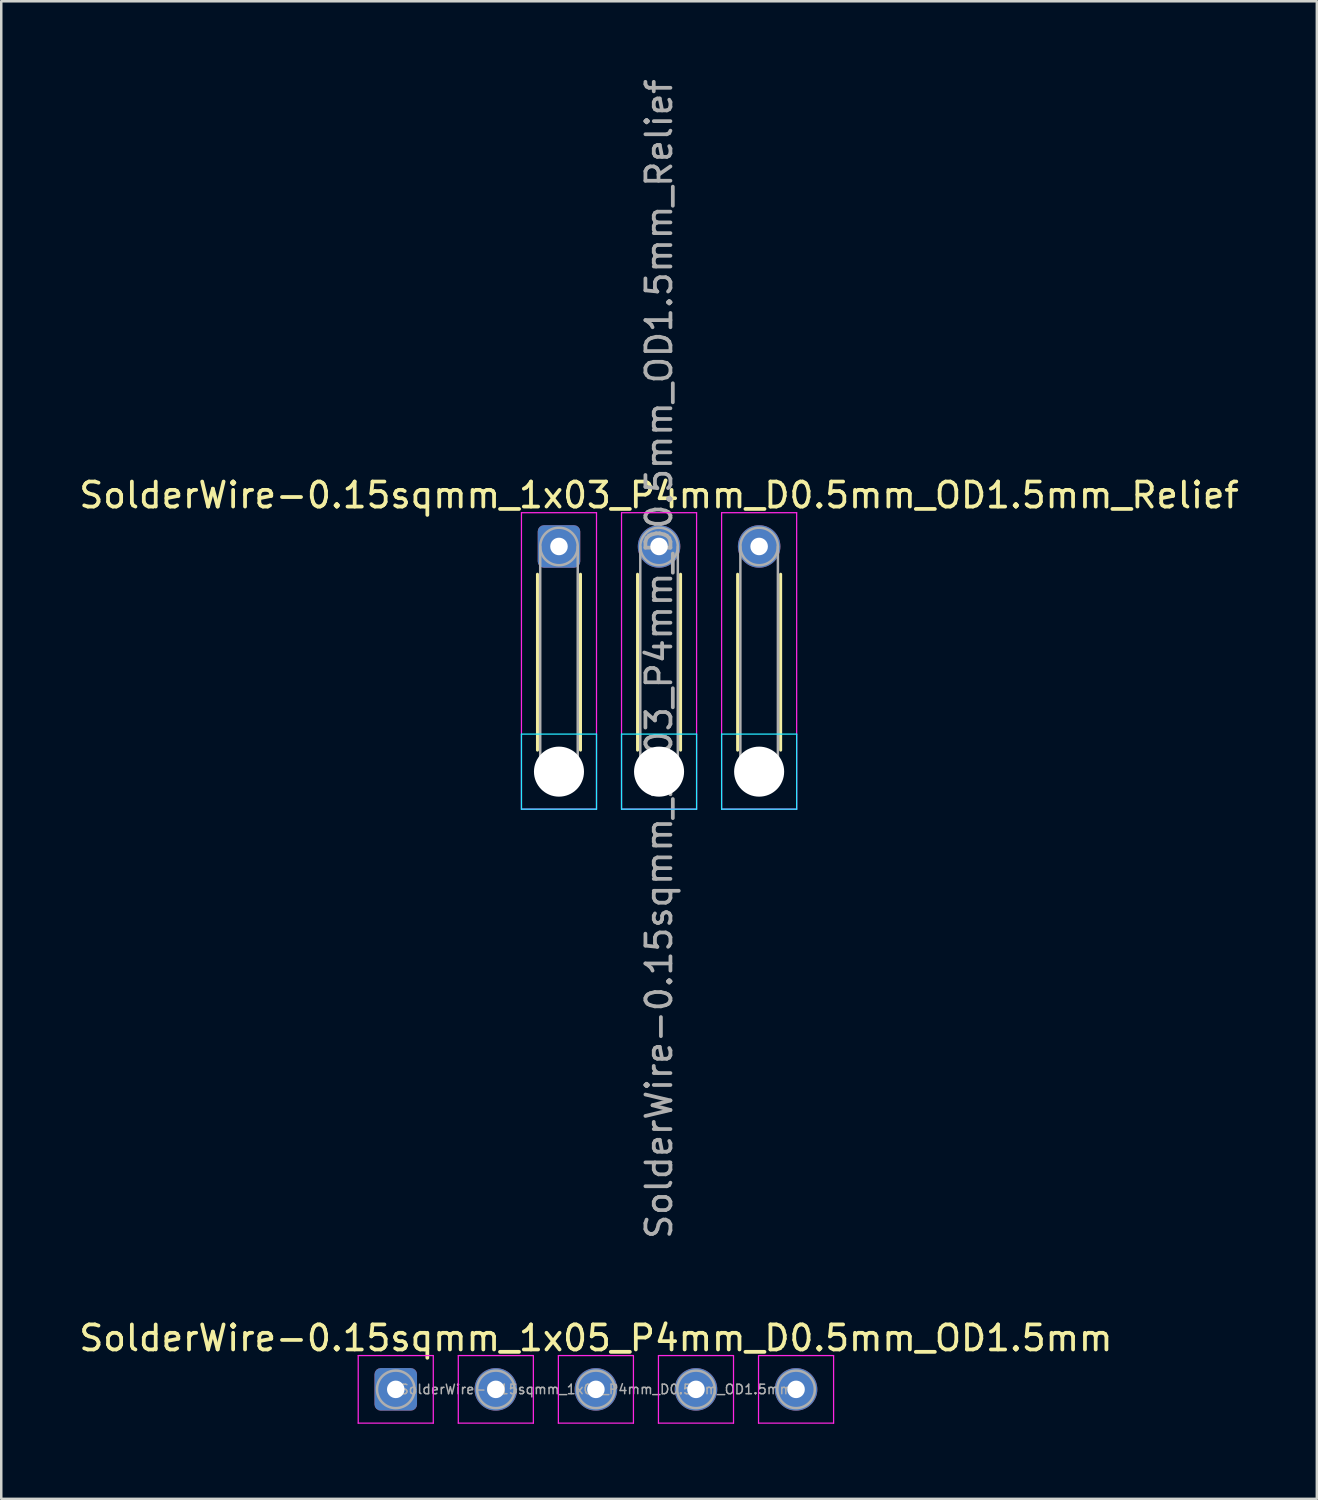
<source format=kicad_pcb>
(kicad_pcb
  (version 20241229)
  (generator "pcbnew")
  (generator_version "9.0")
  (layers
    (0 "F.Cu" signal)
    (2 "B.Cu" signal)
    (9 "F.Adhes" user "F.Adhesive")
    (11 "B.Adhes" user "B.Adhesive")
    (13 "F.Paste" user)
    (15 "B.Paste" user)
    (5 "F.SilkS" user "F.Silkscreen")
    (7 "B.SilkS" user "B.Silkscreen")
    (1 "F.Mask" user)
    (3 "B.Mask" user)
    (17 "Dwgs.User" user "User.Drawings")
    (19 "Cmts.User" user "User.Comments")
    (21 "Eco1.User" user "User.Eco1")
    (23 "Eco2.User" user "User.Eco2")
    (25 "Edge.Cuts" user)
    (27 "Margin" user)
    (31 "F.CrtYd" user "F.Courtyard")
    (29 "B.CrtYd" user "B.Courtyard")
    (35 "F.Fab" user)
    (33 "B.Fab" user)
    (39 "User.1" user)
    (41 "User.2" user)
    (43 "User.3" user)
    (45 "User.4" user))
  (footprint "SolderWire-0.15sqmm_1x03_P4mm_D0.5mm_OD1.5mm_Relief"
    (layer "F.Cu")
    (at 19.292 18.792)
    (property "Reference" "SolderWire-0.15sqmm_1x03_P4mm_D0.5mm_OD1.5mm_Relief" (at 4 -2.05 0) (layer "F.SilkS") (effects (font (size 1 1) (thickness 0.15))))
    (attr exclude_from_pos_files exclude_from_bom)
    (fp_line (start -0.86 1.11) (end -0.86 8.14) (stroke (width 0.12) (type solid)) (layer "F.SilkS"))
    (fp_line (start 0.86 1.11) (end 0.86 8.14) (stroke (width 0.12) (type solid)) (layer "F.SilkS"))
    (fp_line (start 3.14 1.11) (end 3.14 8.14) (stroke (width 0.12) (type solid)) (layer "F.SilkS"))
    (fp_line (start 4.86 1.11) (end 4.86 8.14) (stroke (width 0.12) (type solid)) (layer "F.SilkS"))
    (fp_line (start 7.14 1.11) (end 7.14 8.14) (stroke (width 0.12) (type solid)) (layer "F.SilkS"))
    (fp_line (start 8.86 1.11) (end 8.86 8.14) (stroke (width 0.12) (type solid)) (layer "F.SilkS"))
    (fp_line (start -1.5 7.5) (end -1.5 10.5) (stroke (width 0.05) (type solid)) (layer "B.CrtYd"))
    (fp_line (start -1.5 10.5) (end 1.5 10.5) (stroke (width 0.05) (type solid)) (layer "B.CrtYd"))
    (fp_line (start 1.5 7.5) (end -1.5 7.5) (stroke (width 0.05) (type solid)) (layer "B.CrtYd"))
    (fp_line (start 1.5 10.5) (end 1.5 7.5) (stroke (width 0.05) (type solid)) (layer "B.CrtYd"))
    (fp_line (start 2.5 7.5) (end 2.5 10.5) (stroke (width 0.05) (type solid)) (layer "B.CrtYd"))
    (fp_line (start 2.5 10.5) (end 5.5 10.5) (stroke (width 0.05) (type solid)) (layer "B.CrtYd"))
    (fp_line (start 5.5 7.5) (end 2.5 7.5) (stroke (width 0.05) (type solid)) (layer "B.CrtYd"))
    (fp_line (start 5.5 10.5) (end 5.5 7.5) (stroke (width 0.05) (type solid)) (layer "B.CrtYd"))
    (fp_line (start 6.5 7.5) (end 6.5 10.5) (stroke (width 0.05) (type solid)) (layer "B.CrtYd"))
    (fp_line (start 6.5 10.5) (end 9.5 10.5) (stroke (width 0.05) (type solid)) (layer "B.CrtYd"))
    (fp_line (start 9.5 7.5) (end 6.5 7.5) (stroke (width 0.05) (type solid)) (layer "B.CrtYd"))
    (fp_line (start 9.5 10.5) (end 9.5 7.5) (stroke (width 0.05) (type solid)) (layer "B.CrtYd"))
    (fp_line (start -1.5 -1.35) (end -1.5 10.5) (stroke (width 0.05) (type solid)) (layer "F.CrtYd"))
    (fp_line (start -1.5 10.5) (end 1.5 10.5) (stroke (width 0.05) (type solid)) (layer "F.CrtYd"))
    (fp_line (start 1.5 -1.35) (end -1.5 -1.35) (stroke (width 0.05) (type solid)) (layer "F.CrtYd"))
    (fp_line (start 1.5 10.5) (end 1.5 -1.35) (stroke (width 0.05) (type solid)) (layer "F.CrtYd"))
    (fp_line (start 2.5 -1.35) (end 2.5 10.5) (stroke (width 0.05) (type solid)) (layer "F.CrtYd"))
    (fp_line (start 2.5 10.5) (end 5.5 10.5) (stroke (width 0.05) (type solid)) (layer "F.CrtYd"))
    (fp_line (start 5.5 -1.35) (end 2.5 -1.35) (stroke (width 0.05) (type solid)) (layer "F.CrtYd"))
    (fp_line (start 5.5 10.5) (end 5.5 -1.35) (stroke (width 0.05) (type solid)) (layer "F.CrtYd"))
    (fp_line (start 6.5 -1.35) (end 6.5 10.5) (stroke (width 0.05) (type solid)) (layer "F.CrtYd"))
    (fp_line (start 6.5 10.5) (end 9.5 10.5) (stroke (width 0.05) (type solid)) (layer "F.CrtYd"))
    (fp_line (start 9.5 -1.35) (end 6.5 -1.35) (stroke (width 0.05) (type solid)) (layer "F.CrtYd"))
    (fp_line (start 9.5 10.5) (end 9.5 -1.35) (stroke (width 0.05) (type solid)) (layer "F.CrtYd"))
    (fp_line (start -0.75 0) (end -0.75 9) (stroke (width 0.1) (type solid)) (layer "F.Fab"))
    (fp_line (start 0.75 0) (end 0.75 9) (stroke (width 0.1) (type solid)) (layer "F.Fab"))
    (fp_line (start 3.25 0) (end 3.25 9) (stroke (width 0.1) (type solid)) (layer "F.Fab"))
    (fp_line (start 4.75 0) (end 4.75 9) (stroke (width 0.1) (type solid)) (layer "F.Fab"))
    (fp_line (start 7.25 0) (end 7.25 9) (stroke (width 0.1) (type solid)) (layer "F.Fab"))
    (fp_line (start 8.75 0) (end 8.75 9) (stroke (width 0.1) (type solid)) (layer "F.Fab"))
    (fp_circle (center 0 0) (end 0.75 0) (stroke (width 0.1) (type solid)) (fill no) (layer "F.Fab"))
    (fp_circle (center 0 9) (end 0.75 9) (stroke (width 0.1) (type solid)) (fill no) (layer "F.Fab"))
    (fp_circle (center 4 0) (end 4.75 0) (stroke (width 0.1) (type solid)) (fill no) (layer "F.Fab"))
    (fp_circle (center 4 9) (end 4.75 9) (stroke (width 0.1) (type solid)) (fill no) (layer "F.Fab"))
    (fp_circle (center 8 0) (end 8.75 0) (stroke (width 0.1) (type solid)) (fill no) (layer "F.Fab"))
    (fp_circle (center 8 9) (end 8.75 9) (stroke (width 0.1) (type solid)) (fill no) (layer "F.Fab"))
    (fp_text user "${REFERENCE}" (at 4 4.5 90) (layer "F.Fab") (effects (font (size 1 1) (thickness 0.15))))
    (pad "" np_thru_hole circle (at 0 9) (size 2 2) (drill 2) (layers "*.Cu" "*.Mask"))
    (pad "" np_thru_hole circle (at 4 9) (size 2 2) (drill 2) (layers "*.Cu" "*.Mask"))
    (pad "" np_thru_hole circle (at 8 9) (size 2 2) (drill 2) (layers "*.Cu" "*.Mask"))
    (pad "1" thru_hole roundrect (at 0 0) (size 1.7 1.7) (drill 0.7) (layers "*.Cu" "*.Mask") (roundrect_rratio 0.147))
    (pad "2" thru_hole circle (at 4 0) (size 1.7 1.7) (drill 0.7) (layers "*.Cu" "*.Mask"))
    (pad "3" thru_hole circle (at 8 0) (size 1.7 1.7) (drill 0.7) (layers "*.Cu" "*.Mask")))
  (footprint "SolderWire-0.15sqmm_1x05_P4mm_D0.5mm_OD1.5mm"
    (layer "F.Cu")
    (at 12.768 52.482)
    (property "Reference" "SolderWire-0.15sqmm_1x05_P4mm_D0.5mm_OD1.5mm" (at 8 -2.05 0) (layer "F.SilkS") (effects (font (size 1 1) (thickness 0.15))))
    (attr exclude_from_pos_files exclude_from_bom)
    (fp_line (start -1.5 -1.35) (end -1.5 1.35) (stroke (width 0.05) (type solid)) (layer "F.CrtYd"))
    (fp_line (start -1.5 1.35) (end 1.5 1.35) (stroke (width 0.05) (type solid)) (layer "F.CrtYd"))
    (fp_line (start 1.5 -1.35) (end -1.5 -1.35) (stroke (width 0.05) (type solid)) (layer "F.CrtYd"))
    (fp_line (start 1.5 1.35) (end 1.5 -1.35) (stroke (width 0.05) (type solid)) (layer "F.CrtYd"))
    (fp_line (start 2.5 -1.35) (end 2.5 1.35) (stroke (width 0.05) (type solid)) (layer "F.CrtYd"))
    (fp_line (start 2.5 1.35) (end 5.5 1.35) (stroke (width 0.05) (type solid)) (layer "F.CrtYd"))
    (fp_line (start 5.5 -1.35) (end 2.5 -1.35) (stroke (width 0.05) (type solid)) (layer "F.CrtYd"))
    (fp_line (start 5.5 1.35) (end 5.5 -1.35) (stroke (width 0.05) (type solid)) (layer "F.CrtYd"))
    (fp_line (start 6.5 -1.35) (end 6.5 1.35) (stroke (width 0.05) (type solid)) (layer "F.CrtYd"))
    (fp_line (start 6.5 1.35) (end 9.5 1.35) (stroke (width 0.05) (type solid)) (layer "F.CrtYd"))
    (fp_line (start 9.5 -1.35) (end 6.5 -1.35) (stroke (width 0.05) (type solid)) (layer "F.CrtYd"))
    (fp_line (start 9.5 1.35) (end 9.5 -1.35) (stroke (width 0.05) (type solid)) (layer "F.CrtYd"))
    (fp_line (start 10.5 -1.35) (end 10.5 1.35) (stroke (width 0.05) (type solid)) (layer "F.CrtYd"))
    (fp_line (start 10.5 1.35) (end 13.5 1.35) (stroke (width 0.05) (type solid)) (layer "F.CrtYd"))
    (fp_line (start 13.5 -1.35) (end 10.5 -1.35) (stroke (width 0.05) (type solid)) (layer "F.CrtYd"))
    (fp_line (start 13.5 1.35) (end 13.5 -1.35) (stroke (width 0.05) (type solid)) (layer "F.CrtYd"))
    (fp_line (start 14.5 -1.35) (end 14.5 1.35) (stroke (width 0.05) (type solid)) (layer "F.CrtYd"))
    (fp_line (start 14.5 1.35) (end 17.5 1.35) (stroke (width 0.05) (type solid)) (layer "F.CrtYd"))
    (fp_line (start 17.5 -1.35) (end 14.5 -1.35) (stroke (width 0.05) (type solid)) (layer "F.CrtYd"))
    (fp_line (start 17.5 1.35) (end 17.5 -1.35) (stroke (width 0.05) (type solid)) (layer "F.CrtYd"))
    (fp_circle (center 0 0) (end 0.75 0) (stroke (width 0.1) (type solid)) (fill no) (layer "F.Fab"))
    (fp_circle (center 4 0) (end 4.75 0) (stroke (width 0.1) (type solid)) (fill no) (layer "F.Fab"))
    (fp_circle (center 8 0) (end 8.75 0) (stroke (width 0.1) (type solid)) (fill no) (layer "F.Fab"))
    (fp_circle (center 12 0) (end 12.75 0) (stroke (width 0.1) (type solid)) (fill no) (layer "F.Fab"))
    (fp_circle (center 16 0) (end 16.75 0) (stroke (width 0.1) (type solid)) (fill no) (layer "F.Fab"))
    (fp_text user "${REFERENCE}" (at 8 0 0) (layer "F.Fab") (effects (font (size 0.38 0.38) (thickness 0.06))))
    (pad "1" thru_hole roundrect (at 0 0) (size 1.7 1.7) (drill 0.7) (layers "*.Cu" "*.Mask") (roundrect_rratio 0.147))
    (pad "2" thru_hole circle (at 4 0) (size 1.7 1.7) (drill 0.7) (layers "*.Cu" "*.Mask"))
    (pad "3" thru_hole circle (at 8 0) (size 1.7 1.7) (drill 0.7) (layers "*.Cu" "*.Mask"))
    (pad "4" thru_hole circle (at 12 0) (size 1.7 1.7) (drill 0.7) (layers "*.Cu" "*.Mask"))
    (pad "5" thru_hole circle (at 16 0) (size 1.7 1.7) (drill 0.7) (layers "*.Cu" "*.Mask")))
  (gr_rect
    (start -3 -3)
    (end 49.583 56.857)
    (stroke (width 0.1) (type default))
    (fill no)
    (layer "Edge.Cuts")))
</source>
